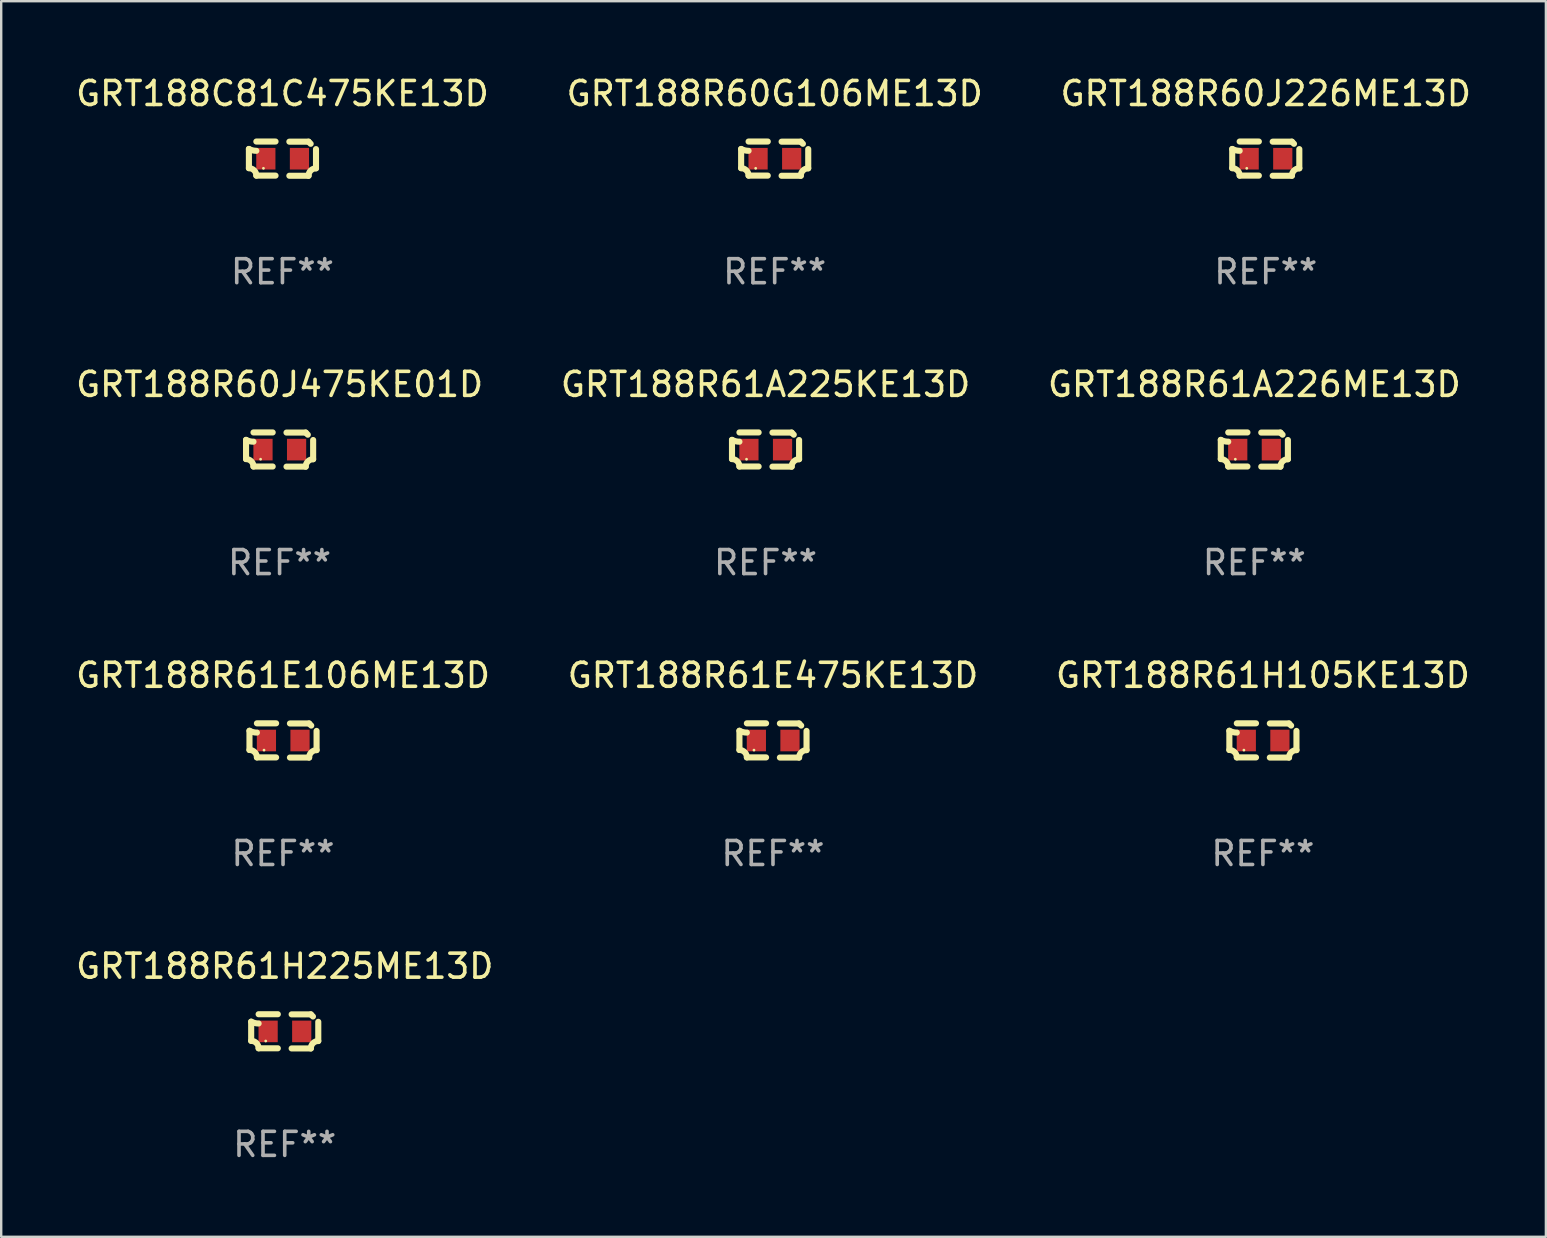
<source format=kicad_pcb>
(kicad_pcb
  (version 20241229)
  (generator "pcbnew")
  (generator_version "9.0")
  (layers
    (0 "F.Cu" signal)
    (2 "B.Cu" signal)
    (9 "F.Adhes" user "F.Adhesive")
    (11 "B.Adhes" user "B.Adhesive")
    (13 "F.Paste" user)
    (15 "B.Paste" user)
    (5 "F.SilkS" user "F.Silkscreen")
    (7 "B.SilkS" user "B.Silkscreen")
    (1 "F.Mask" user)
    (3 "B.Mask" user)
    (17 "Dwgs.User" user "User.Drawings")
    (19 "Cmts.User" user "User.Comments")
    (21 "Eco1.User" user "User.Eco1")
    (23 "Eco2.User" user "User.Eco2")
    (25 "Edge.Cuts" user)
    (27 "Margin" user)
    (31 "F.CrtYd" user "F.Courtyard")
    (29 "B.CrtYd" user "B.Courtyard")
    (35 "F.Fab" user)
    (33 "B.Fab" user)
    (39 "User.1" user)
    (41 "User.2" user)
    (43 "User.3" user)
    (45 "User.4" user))
  (footprint "GRT188R61H225ME13D"
    (layer "F.Cu")
    (at 8.815 39.927)
    (property "Reference" "GRT188R61H225ME13D" (at 0 -2.713 0) (layer "F.SilkS") (effects (font (size 1 1) (thickness 0.15))))
    (attr through_hole)
    (fp_line (start -1.398 -0.403) (end -1.398 0.397) (stroke (width 0.254) (type solid)) (layer "F.SilkS"))
    (fp_line (start -0.288 -0.713) (end -1.088 -0.713) (stroke (width 0.254) (type solid)) (layer "F.SilkS"))
    (fp_line (start -0.288 0.707) (end -1.088 0.707) (stroke (width 0.254) (type solid)) (layer "F.SilkS"))
    (fp_line (start 0.288 -0.707) (end 1.088 -0.707) (stroke (width 0.254) (type solid)) (layer "F.SilkS"))
    (fp_line (start 0.288 0.713) (end 1.088 0.713) (stroke (width 0.254) (type solid)) (layer "F.SilkS"))
    (fp_line (start 1.398 -0.397) (end 1.398 0.403) (stroke (width 0.254) (type solid)) (layer "F.SilkS"))
    (fp_arc (start -1.397789 0.397066) (mid -1.178701 0.487826) (end -1.08796 0.706922) (stroke (width 0.254001) (type solid)) (layer "F.SilkS"))
    (fp_arc (start -1.08796 -0.327176) (mid -1.247436 -0.346384) (end -1.39779 -0.402908) (stroke (width 0.254001) (type solid)) (layer "F.SilkS"))
    (fp_arc (start 1.087909 0.712738) (mid 1.178656 0.493655) (end 1.397739 0.402908) (stroke (width 0.254001) (type solid)) (layer "F.SilkS"))
    (fp_arc (start 1.175925 -0.618926) (mid 1.131917 -0.662923) (end 1.08791 -0.706922) (stroke (width 0.254001) (type solid)) (layer "F.SilkS"))
    (fp_circle (center -0.792 0.403) (end -0.762 0.403) (stroke (width 0.06) (type solid)) (fill no) (layer "F.SilkS"))
    (fp_text user "REF**" (at 0 4.713 0) (layer "F.Fab") (effects (font (size 1 1) (thickness 0.15))))
    (pad "1" smd rect (at -0.692 0.003) (size 0.8 0.9) (layers "F.Cu" "F.Mask" "F.Paste"))
    (pad "2" smd rect (at 0.708 0.003) (size 0.8 0.9) (layers "F.Cu" "F.Mask" "F.Paste")))
  (footprint "GRT188R61A225KE13D"
    (layer "F.Cu")
    (at 28.851 15.683)
    (property "Reference" "GRT188R61A225KE13D" (at 0 -2.713 0) (layer "F.SilkS") (effects (font (size 1 1) (thickness 0.15))))
    (attr through_hole)
    (fp_line (start -1.398 -0.403) (end -1.398 0.397) (stroke (width 0.254) (type solid)) (layer "F.SilkS"))
    (fp_line (start -0.288 -0.713) (end -1.088 -0.713) (stroke (width 0.254) (type solid)) (layer "F.SilkS"))
    (fp_line (start -0.288 0.707) (end -1.088 0.707) (stroke (width 0.254) (type solid)) (layer "F.SilkS"))
    (fp_line (start 0.288 -0.707) (end 1.088 -0.707) (stroke (width 0.254) (type solid)) (layer "F.SilkS"))
    (fp_line (start 0.288 0.713) (end 1.088 0.713) (stroke (width 0.254) (type solid)) (layer "F.SilkS"))
    (fp_line (start 1.398 -0.397) (end 1.398 0.403) (stroke (width 0.254) (type solid)) (layer "F.SilkS"))
    (fp_arc (start -1.397789 0.397066) (mid -1.178701 0.487826) (end -1.08796 0.706922) (stroke (width 0.254001) (type solid)) (layer "F.SilkS"))
    (fp_arc (start -1.08796 -0.327176) (mid -1.247436 -0.346384) (end -1.39779 -0.402908) (stroke (width 0.254001) (type solid)) (layer "F.SilkS"))
    (fp_arc (start 1.087909 0.712738) (mid 1.178656 0.493655) (end 1.397739 0.402908) (stroke (width 0.254001) (type solid)) (layer "F.SilkS"))
    (fp_arc (start 1.175925 -0.618926) (mid 1.131917 -0.662923) (end 1.08791 -0.706922) (stroke (width 0.254001) (type solid)) (layer "F.SilkS"))
    (fp_circle (center -0.792 0.403) (end -0.762 0.403) (stroke (width 0.06) (type solid)) (fill no) (layer "F.SilkS"))
    (fp_text user "REF**" (at 0 4.713 0) (layer "F.Fab") (effects (font (size 1 1) (thickness 0.15))))
    (pad "1" smd rect (at -0.692 0.003) (size 0.8 0.9) (layers "F.Cu" "F.Mask" "F.Paste"))
    (pad "2" smd rect (at 0.708 0.003) (size 0.8 0.9) (layers "F.Cu" "F.Mask" "F.Paste")))
  (footprint "GRT188R61A226ME13D"
    (layer "F.Cu")
    (at 49.22 15.683)
    (property "Reference" "GRT188R61A226ME13D" (at 0 -2.713 0) (layer "F.SilkS") (effects (font (size 1 1) (thickness 0.15))))
    (attr through_hole)
    (fp_line (start -1.398 -0.403) (end -1.398 0.397) (stroke (width 0.254) (type solid)) (layer "F.SilkS"))
    (fp_line (start -0.288 -0.713) (end -1.088 -0.713) (stroke (width 0.254) (type solid)) (layer "F.SilkS"))
    (fp_line (start -0.288 0.707) (end -1.088 0.707) (stroke (width 0.254) (type solid)) (layer "F.SilkS"))
    (fp_line (start 0.288 -0.707) (end 1.088 -0.707) (stroke (width 0.254) (type solid)) (layer "F.SilkS"))
    (fp_line (start 0.288 0.713) (end 1.088 0.713) (stroke (width 0.254) (type solid)) (layer "F.SilkS"))
    (fp_line (start 1.398 -0.397) (end 1.398 0.403) (stroke (width 0.254) (type solid)) (layer "F.SilkS"))
    (fp_arc (start -1.397789 0.397066) (mid -1.178701 0.487826) (end -1.08796 0.706922) (stroke (width 0.254001) (type solid)) (layer "F.SilkS"))
    (fp_arc (start -1.08796 -0.327176) (mid -1.247436 -0.346384) (end -1.39779 -0.402908) (stroke (width 0.254001) (type solid)) (layer "F.SilkS"))
    (fp_arc (start 1.087909 0.712738) (mid 1.178656 0.493655) (end 1.397739 0.402908) (stroke (width 0.254001) (type solid)) (layer "F.SilkS"))
    (fp_arc (start 1.175925 -0.618926) (mid 1.131917 -0.662923) (end 1.08791 -0.706922) (stroke (width 0.254001) (type solid)) (layer "F.SilkS"))
    (fp_circle (center -0.792 0.403) (end -0.762 0.403) (stroke (width 0.06) (type solid)) (fill no) (layer "F.SilkS"))
    (fp_text user "REF**" (at 0 4.713 0) (layer "F.Fab") (effects (font (size 1 1) (thickness 0.15))))
    (pad "1" smd rect (at -0.692 0.003) (size 0.8 0.9) (layers "F.Cu" "F.Mask" "F.Paste"))
    (pad "2" smd rect (at 0.708 0.003) (size 0.8 0.9) (layers "F.Cu" "F.Mask" "F.Paste")))
  (footprint "GRT188C81C475KE13D"
    (layer "F.Cu")
    (at 8.72 3.561)
    (property "Reference" "GRT188C81C475KE13D" (at 0 -2.713 0) (layer "F.SilkS") (effects (font (size 1 1) (thickness 0.15))))
    (attr through_hole)
    (fp_line (start -1.398 -0.403) (end -1.398 0.397) (stroke (width 0.254) (type solid)) (layer "F.SilkS"))
    (fp_line (start -0.288 -0.713) (end -1.088 -0.713) (stroke (width 0.254) (type solid)) (layer "F.SilkS"))
    (fp_line (start -0.288 0.707) (end -1.088 0.707) (stroke (width 0.254) (type solid)) (layer "F.SilkS"))
    (fp_line (start 0.288 -0.707) (end 1.088 -0.707) (stroke (width 0.254) (type solid)) (layer "F.SilkS"))
    (fp_line (start 0.288 0.713) (end 1.088 0.713) (stroke (width 0.254) (type solid)) (layer "F.SilkS"))
    (fp_line (start 1.398 -0.397) (end 1.398 0.403) (stroke (width 0.254) (type solid)) (layer "F.SilkS"))
    (fp_arc (start -1.397789 0.397066) (mid -1.178701 0.487826) (end -1.08796 0.706922) (stroke (width 0.254001) (type solid)) (layer "F.SilkS"))
    (fp_arc (start -1.08796 -0.327176) (mid -1.247436 -0.346384) (end -1.39779 -0.402908) (stroke (width 0.254001) (type solid)) (layer "F.SilkS"))
    (fp_arc (start 1.087909 0.712738) (mid 1.178656 0.493655) (end 1.397739 0.402908) (stroke (width 0.254001) (type solid)) (layer "F.SilkS"))
    (fp_arc (start 1.175925 -0.618926) (mid 1.131917 -0.662923) (end 1.08791 -0.706922) (stroke (width 0.254001) (type solid)) (layer "F.SilkS"))
    (fp_circle (center -0.792 0.403) (end -0.762 0.403) (stroke (width 0.06) (type solid)) (fill no) (layer "F.SilkS"))
    (fp_text user "REF**" (at 0 4.713 0) (layer "F.Fab") (effects (font (size 1 1) (thickness 0.15))))
    (pad "1" smd rect (at -0.692 0.003) (size 0.8 0.9) (layers "F.Cu" "F.Mask" "F.Paste"))
    (pad "2" smd rect (at 0.708 0.003) (size 0.8 0.9) (layers "F.Cu" "F.Mask" "F.Paste")))
  (footprint "GRT188R60G106ME13D"
    (layer "F.Cu")
    (at 29.232 3.561)
    (property "Reference" "GRT188R60G106ME13D" (at 0 -2.713 0) (layer "F.SilkS") (effects (font (size 1 1) (thickness 0.15))))
    (attr through_hole)
    (fp_line (start -1.398 -0.403) (end -1.398 0.397) (stroke (width 0.254) (type solid)) (layer "F.SilkS"))
    (fp_line (start -0.288 -0.713) (end -1.088 -0.713) (stroke (width 0.254) (type solid)) (layer "F.SilkS"))
    (fp_line (start -0.288 0.707) (end -1.088 0.707) (stroke (width 0.254) (type solid)) (layer "F.SilkS"))
    (fp_line (start 0.288 -0.707) (end 1.088 -0.707) (stroke (width 0.254) (type solid)) (layer "F.SilkS"))
    (fp_line (start 0.288 0.713) (end 1.088 0.713) (stroke (width 0.254) (type solid)) (layer "F.SilkS"))
    (fp_line (start 1.398 -0.397) (end 1.398 0.403) (stroke (width 0.254) (type solid)) (layer "F.SilkS"))
    (fp_arc (start -1.397789 0.397066) (mid -1.178701 0.487826) (end -1.08796 0.706922) (stroke (width 0.254001) (type solid)) (layer "F.SilkS"))
    (fp_arc (start -1.08796 -0.327176) (mid -1.247436 -0.346384) (end -1.39779 -0.402908) (stroke (width 0.254001) (type solid)) (layer "F.SilkS"))
    (fp_arc (start 1.087909 0.712738) (mid 1.178656 0.493655) (end 1.397739 0.402908) (stroke (width 0.254001) (type solid)) (layer "F.SilkS"))
    (fp_arc (start 1.175925 -0.618926) (mid 1.131917 -0.662923) (end 1.08791 -0.706922) (stroke (width 0.254001) (type solid)) (layer "F.SilkS"))
    (fp_circle (center -0.792 0.403) (end -0.762 0.403) (stroke (width 0.06) (type solid)) (fill no) (layer "F.SilkS"))
    (fp_text user "REF**" (at 0 4.713 0) (layer "F.Fab") (effects (font (size 1 1) (thickness 0.15))))
    (pad "1" smd rect (at -0.692 0.003) (size 0.8 0.9) (layers "F.Cu" "F.Mask" "F.Paste"))
    (pad "2" smd rect (at 0.708 0.003) (size 0.8 0.9) (layers "F.Cu" "F.Mask" "F.Paste")))
  (footprint "GRT188R61H105KE13D"
    (layer "F.Cu")
    (at 49.577 27.805)
    (property "Reference" "GRT188R61H105KE13D" (at 0 -2.713 0) (layer "F.SilkS") (effects (font (size 1 1) (thickness 0.15))))
    (attr through_hole)
    (fp_line (start -1.398 -0.403) (end -1.398 0.397) (stroke (width 0.254) (type solid)) (layer "F.SilkS"))
    (fp_line (start -0.288 -0.713) (end -1.088 -0.713) (stroke (width 0.254) (type solid)) (layer "F.SilkS"))
    (fp_line (start -0.288 0.707) (end -1.088 0.707) (stroke (width 0.254) (type solid)) (layer "F.SilkS"))
    (fp_line (start 0.288 -0.707) (end 1.088 -0.707) (stroke (width 0.254) (type solid)) (layer "F.SilkS"))
    (fp_line (start 0.288 0.713) (end 1.088 0.713) (stroke (width 0.254) (type solid)) (layer "F.SilkS"))
    (fp_line (start 1.398 -0.397) (end 1.398 0.403) (stroke (width 0.254) (type solid)) (layer "F.SilkS"))
    (fp_arc (start -1.397789 0.397066) (mid -1.178701 0.487826) (end -1.08796 0.706922) (stroke (width 0.254001) (type solid)) (layer "F.SilkS"))
    (fp_arc (start -1.08796 -0.327176) (mid -1.247436 -0.346384) (end -1.39779 -0.402908) (stroke (width 0.254001) (type solid)) (layer "F.SilkS"))
    (fp_arc (start 1.087909 0.712738) (mid 1.178656 0.493655) (end 1.397739 0.402908) (stroke (width 0.254001) (type solid)) (layer "F.SilkS"))
    (fp_arc (start 1.175925 -0.618926) (mid 1.131917 -0.662923) (end 1.08791 -0.706922) (stroke (width 0.254001) (type solid)) (layer "F.SilkS"))
    (fp_circle (center -0.792 0.403) (end -0.762 0.403) (stroke (width 0.06) (type solid)) (fill no) (layer "F.SilkS"))
    (fp_text user "REF**" (at 0 4.713 0) (layer "F.Fab") (effects (font (size 1 1) (thickness 0.15))))
    (pad "1" smd rect (at -0.692 0.003) (size 0.8 0.9) (layers "F.Cu" "F.Mask" "F.Paste"))
    (pad "2" smd rect (at 0.708 0.003) (size 0.8 0.9) (layers "F.Cu" "F.Mask" "F.Paste")))
  (footprint "GRT188R61E475KE13D"
    (layer "F.Cu")
    (at 29.161 27.805)
    (property "Reference" "GRT188R61E475KE13D" (at 0 -2.713 0) (layer "F.SilkS") (effects (font (size 1 1) (thickness 0.15))))
    (attr through_hole)
    (fp_line (start -1.398 -0.403) (end -1.398 0.397) (stroke (width 0.254) (type solid)) (layer "F.SilkS"))
    (fp_line (start -0.288 -0.713) (end -1.088 -0.713) (stroke (width 0.254) (type solid)) (layer "F.SilkS"))
    (fp_line (start -0.288 0.707) (end -1.088 0.707) (stroke (width 0.254) (type solid)) (layer "F.SilkS"))
    (fp_line (start 0.288 -0.707) (end 1.088 -0.707) (stroke (width 0.254) (type solid)) (layer "F.SilkS"))
    (fp_line (start 0.288 0.713) (end 1.088 0.713) (stroke (width 0.254) (type solid)) (layer "F.SilkS"))
    (fp_line (start 1.398 -0.397) (end 1.398 0.403) (stroke (width 0.254) (type solid)) (layer "F.SilkS"))
    (fp_arc (start -1.397789 0.397066) (mid -1.178701 0.487826) (end -1.08796 0.706922) (stroke (width 0.254001) (type solid)) (layer "F.SilkS"))
    (fp_arc (start -1.08796 -0.327176) (mid -1.247436 -0.346384) (end -1.39779 -0.402908) (stroke (width 0.254001) (type solid)) (layer "F.SilkS"))
    (fp_arc (start 1.087909 0.712738) (mid 1.178656 0.493655) (end 1.397739 0.402908) (stroke (width 0.254001) (type solid)) (layer "F.SilkS"))
    (fp_arc (start 1.175925 -0.618926) (mid 1.131917 -0.662923) (end 1.08791 -0.706922) (stroke (width 0.254001) (type solid)) (layer "F.SilkS"))
    (fp_circle (center -0.792 0.403) (end -0.762 0.403) (stroke (width 0.06) (type solid)) (fill no) (layer "F.SilkS"))
    (fp_text user "REF**" (at 0 4.713 0) (layer "F.Fab") (effects (font (size 1 1) (thickness 0.15))))
    (pad "1" smd rect (at -0.692 0.003) (size 0.8 0.9) (layers "F.Cu" "F.Mask" "F.Paste"))
    (pad "2" smd rect (at 0.708 0.003) (size 0.8 0.9) (layers "F.Cu" "F.Mask" "F.Paste")))
  (footprint "GRT188R60J226ME13D"
    (layer "F.Cu")
    (at 49.696 3.561)
    (property "Reference" "GRT188R60J226ME13D" (at 0 -2.713 0) (layer "F.SilkS") (effects (font (size 1 1) (thickness 0.15))))
    (attr through_hole)
    (fp_line (start -1.398 -0.403) (end -1.398 0.397) (stroke (width 0.254) (type solid)) (layer "F.SilkS"))
    (fp_line (start -0.288 -0.713) (end -1.088 -0.713) (stroke (width 0.254) (type solid)) (layer "F.SilkS"))
    (fp_line (start -0.288 0.707) (end -1.088 0.707) (stroke (width 0.254) (type solid)) (layer "F.SilkS"))
    (fp_line (start 0.288 -0.707) (end 1.088 -0.707) (stroke (width 0.254) (type solid)) (layer "F.SilkS"))
    (fp_line (start 0.288 0.713) (end 1.088 0.713) (stroke (width 0.254) (type solid)) (layer "F.SilkS"))
    (fp_line (start 1.398 -0.397) (end 1.398 0.403) (stroke (width 0.254) (type solid)) (layer "F.SilkS"))
    (fp_arc (start -1.397789 0.397066) (mid -1.178701 0.487826) (end -1.08796 0.706922) (stroke (width 0.254001) (type solid)) (layer "F.SilkS"))
    (fp_arc (start -1.08796 -0.327176) (mid -1.247436 -0.346384) (end -1.39779 -0.402908) (stroke (width 0.254001) (type solid)) (layer "F.SilkS"))
    (fp_arc (start 1.087909 0.712738) (mid 1.178656 0.493655) (end 1.397739 0.402908) (stroke (width 0.254001) (type solid)) (layer "F.SilkS"))
    (fp_arc (start 1.175925 -0.618926) (mid 1.131917 -0.662923) (end 1.08791 -0.706922) (stroke (width 0.254001) (type solid)) (layer "F.SilkS"))
    (fp_circle (center -0.792 0.403) (end -0.762 0.403) (stroke (width 0.06) (type solid)) (fill no) (layer "F.SilkS"))
    (fp_text user "REF**" (at 0 4.713 0) (layer "F.Fab") (effects (font (size 1 1) (thickness 0.15))))
    (pad "1" smd rect (at -0.692 0.003) (size 0.8 0.9) (layers "F.Cu" "F.Mask" "F.Paste"))
    (pad "2" smd rect (at 0.708 0.003) (size 0.8 0.9) (layers "F.Cu" "F.Mask" "F.Paste")))
  (footprint "GRT188R61E106ME13D"
    (layer "F.Cu")
    (at 8.744 27.805)
    (property "Reference" "GRT188R61E106ME13D" (at 0 -2.713 0) (layer "F.SilkS") (effects (font (size 1 1) (thickness 0.15))))
    (attr through_hole)
    (fp_line (start -1.398 -0.403) (end -1.398 0.397) (stroke (width 0.254) (type solid)) (layer "F.SilkS"))
    (fp_line (start -0.288 -0.713) (end -1.088 -0.713) (stroke (width 0.254) (type solid)) (layer "F.SilkS"))
    (fp_line (start -0.288 0.707) (end -1.088 0.707) (stroke (width 0.254) (type solid)) (layer "F.SilkS"))
    (fp_line (start 0.288 -0.707) (end 1.088 -0.707) (stroke (width 0.254) (type solid)) (layer "F.SilkS"))
    (fp_line (start 0.288 0.713) (end 1.088 0.713) (stroke (width 0.254) (type solid)) (layer "F.SilkS"))
    (fp_line (start 1.398 -0.397) (end 1.398 0.403) (stroke (width 0.254) (type solid)) (layer "F.SilkS"))
    (fp_arc (start -1.397789 0.397066) (mid -1.178701 0.487826) (end -1.08796 0.706922) (stroke (width 0.254001) (type solid)) (layer "F.SilkS"))
    (fp_arc (start -1.08796 -0.327176) (mid -1.247436 -0.346384) (end -1.39779 -0.402908) (stroke (width 0.254001) (type solid)) (layer "F.SilkS"))
    (fp_arc (start 1.087909 0.712738) (mid 1.178656 0.493655) (end 1.397739 0.402908) (stroke (width 0.254001) (type solid)) (layer "F.SilkS"))
    (fp_arc (start 1.175925 -0.618926) (mid 1.131917 -0.662923) (end 1.08791 -0.706922) (stroke (width 0.254001) (type solid)) (layer "F.SilkS"))
    (fp_circle (center -0.792 0.403) (end -0.762 0.403) (stroke (width 0.06) (type solid)) (fill no) (layer "F.SilkS"))
    (fp_text user "REF**" (at 0 4.713 0) (layer "F.Fab") (effects (font (size 1 1) (thickness 0.15))))
    (pad "1" smd rect (at -0.692 0.003) (size 0.8 0.9) (layers "F.Cu" "F.Mask" "F.Paste"))
    (pad "2" smd rect (at 0.708 0.003) (size 0.8 0.9) (layers "F.Cu" "F.Mask" "F.Paste")))
  (footprint "GRT188R60J475KE01D"
    (layer "F.Cu")
    (at 8.601 15.683)
    (property "Reference" "GRT188R60J475KE01D" (at 0 -2.713 0) (layer "F.SilkS") (effects (font (size 1 1) (thickness 0.15))))
    (attr through_hole)
    (fp_line (start -1.398 -0.403) (end -1.398 0.397) (stroke (width 0.254) (type solid)) (layer "F.SilkS"))
    (fp_line (start -0.288 -0.713) (end -1.088 -0.713) (stroke (width 0.254) (type solid)) (layer "F.SilkS"))
    (fp_line (start -0.288 0.707) (end -1.088 0.707) (stroke (width 0.254) (type solid)) (layer "F.SilkS"))
    (fp_line (start 0.288 -0.707) (end 1.088 -0.707) (stroke (width 0.254) (type solid)) (layer "F.SilkS"))
    (fp_line (start 0.288 0.713) (end 1.088 0.713) (stroke (width 0.254) (type solid)) (layer "F.SilkS"))
    (fp_line (start 1.398 -0.397) (end 1.398 0.403) (stroke (width 0.254) (type solid)) (layer "F.SilkS"))
    (fp_arc (start -1.397789 0.397066) (mid -1.178701 0.487826) (end -1.08796 0.706922) (stroke (width 0.254001) (type solid)) (layer "F.SilkS"))
    (fp_arc (start -1.08796 -0.327176) (mid -1.247436 -0.346384) (end -1.39779 -0.402908) (stroke (width 0.254001) (type solid)) (layer "F.SilkS"))
    (fp_arc (start 1.087909 0.712738) (mid 1.178656 0.493655) (end 1.397739 0.402908) (stroke (width 0.254001) (type solid)) (layer "F.SilkS"))
    (fp_arc (start 1.175925 -0.618926) (mid 1.131917 -0.662923) (end 1.08791 -0.706922) (stroke (width 0.254001) (type solid)) (layer "F.SilkS"))
    (fp_circle (center -0.792 0.403) (end -0.762 0.403) (stroke (width 0.06) (type solid)) (fill no) (layer "F.SilkS"))
    (fp_text user "REF**" (at 0 4.713 0) (layer "F.Fab") (effects (font (size 1 1) (thickness 0.15))))
    (pad "1" smd rect (at -0.692 0.003) (size 0.8 0.9) (layers "F.Cu" "F.Mask" "F.Paste"))
    (pad "2" smd rect (at 0.708 0.003) (size 0.8 0.9) (layers "F.Cu" "F.Mask" "F.Paste")))
  (gr_rect
    (start -3 -3)
    (end 61.369 48.488)
    (stroke (width 0.1) (type default))
    (fill no)
    (layer "Edge.Cuts")))
</source>
